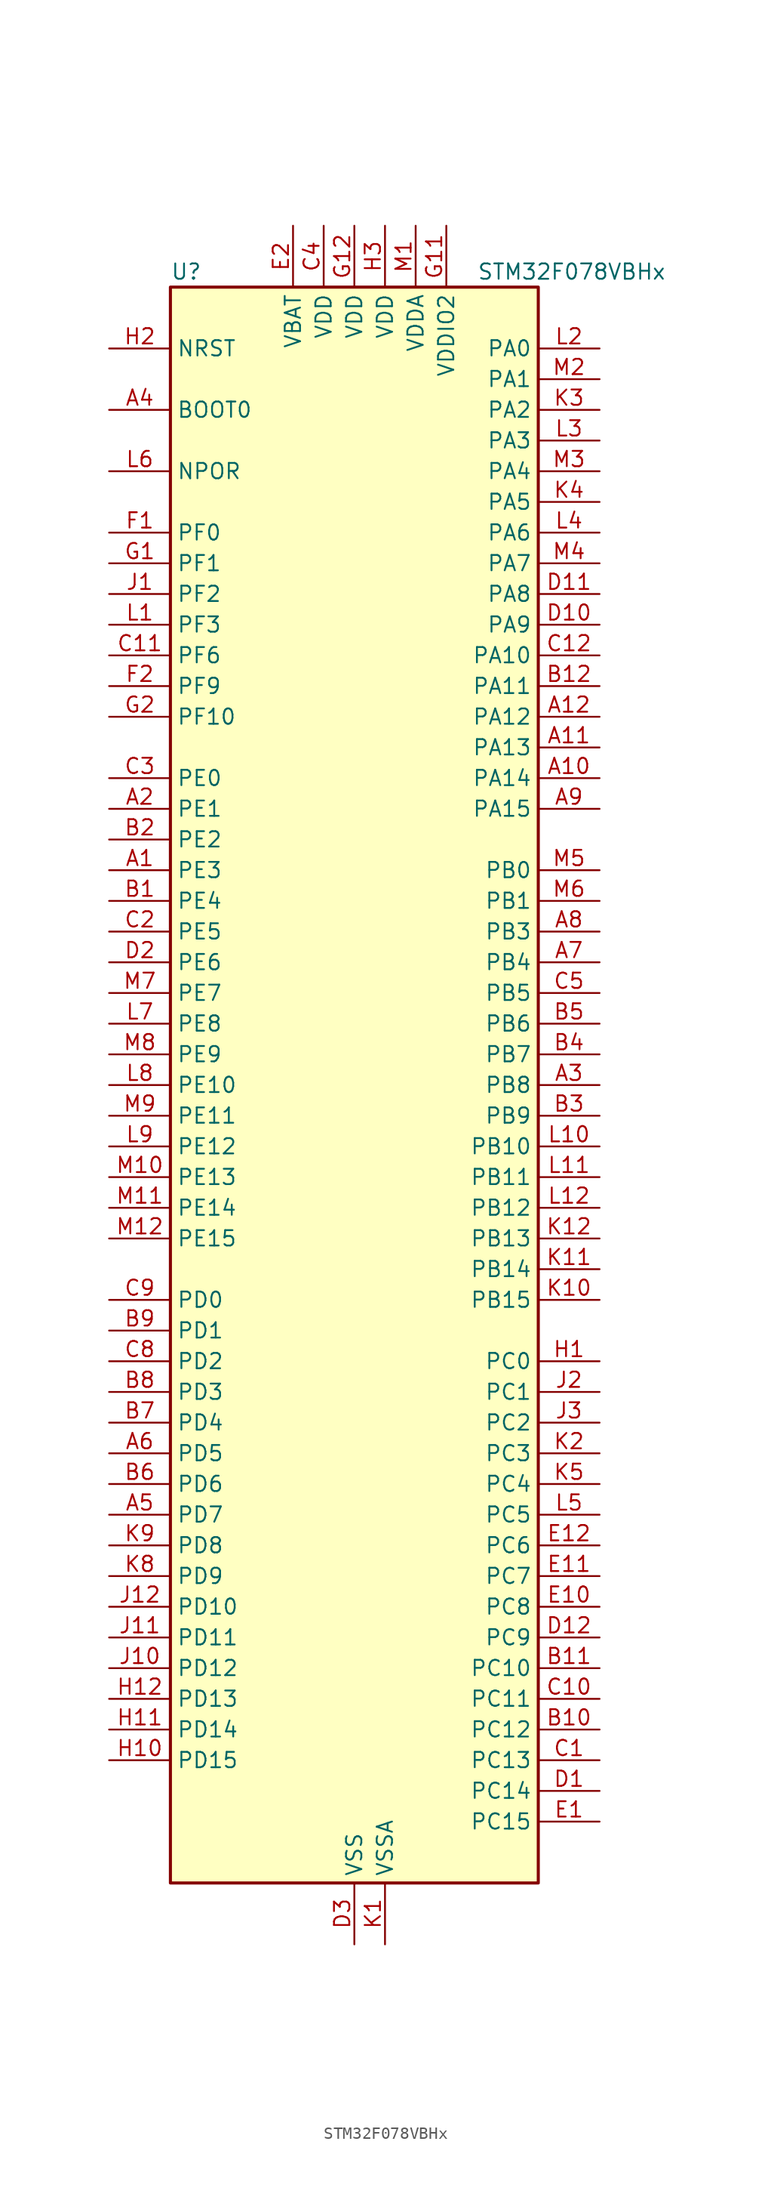
<source format=kicad_sym>
(kicad_symbol_lib
  (version 20241209)
  (generator "kicad_symbol_editor")
  (generator_version "9.0")
  (symbol "STM32F078VBHx"
    (property "Reference" "U"
      (at -15.24 67.31 0)
      (effects (font (size 1.27 1.27)) (justify left)))
    (property "Value" "STM32F078VBHx"
      (at 10.16 67.31 0)
      (effects (font (size 1.27 1.27)) (justify left)))
    (symbol "STM32F078VBHx_0_1"
      (rectangle (start -15.24 -66.04) (end 15.24 66.04) (stroke (width 0.254) (type default)) (fill (type background))))
    (symbol "STM32F078VBHx_1_1"
      (pin input line (at -20.32 60.96 0) (length 5.08) (name "NRST" (effects (font (size 1.27 1.27)))) (number "H2" (effects (font (size 1.27 1.27)))))
      (pin input line (at -20.32 55.88 0) (length 5.08) (name "BOOT0" (effects (font (size 1.27 1.27)))) (number "A4" (effects (font (size 1.27 1.27)))))
      (pin input line (at -20.32 50.8 0) (length 5.08) (name "NPOR" (effects (font (size 1.27 1.27)))) (number "L6" (effects (font (size 1.27 1.27)))))
      (pin bidirectional line (at -20.32 45.72 0) (length 5.08) (name "PF0" (effects (font (size 1.27 1.27)))) (number "F1" (effects (font (size 1.27 1.27)))) (alternate "CRS_SYNC" bidirectional line) (alternate "RCC_OSC_IN" bidirectional line))
      (pin bidirectional line (at -20.32 43.18 0) (length 5.08) (name "PF1" (effects (font (size 1.27 1.27)))) (number "G1" (effects (font (size 1.27 1.27)))) (alternate "RCC_OSC_OUT" bidirectional line))
      (pin bidirectional line (at -20.32 40.64 0) (length 5.08) (name "PF2" (effects (font (size 1.27 1.27)))) (number "J1" (effects (font (size 1.27 1.27)))) (alternate "SYS_WKUP8" bidirectional line))
      (pin bidirectional line (at -20.32 38.1 0) (length 5.08) (name "PF3" (effects (font (size 1.27 1.27)))) (number "L1" (effects (font (size 1.27 1.27)))))
      (pin bidirectional line (at -20.32 35.56 0) (length 5.08) (name "PF6" (effects (font (size 1.27 1.27)))) (number "C11" (effects (font (size 1.27 1.27)))))
      (pin bidirectional line (at -20.32 33.02 0) (length 5.08) (name "PF9" (effects (font (size 1.27 1.27)))) (number "F2" (effects (font (size 1.27 1.27)))) (alternate "DAC_EXTI9" bidirectional line) (alternate "TIM15_CH1" bidirectional line))
      (pin bidirectional line (at -20.32 30.48 0) (length 5.08) (name "PF10" (effects (font (size 1.27 1.27)))) (number "G2" (effects (font (size 1.27 1.27)))) (alternate "TIM15_CH2" bidirectional line))
      (pin bidirectional line (at -20.32 25.4 0) (length 5.08) (name "PE0" (effects (font (size 1.27 1.27)))) (number "C3" (effects (font (size 1.27 1.27)))) (alternate "TIM16_CH1" bidirectional line))
      (pin bidirectional line (at -20.32 22.86 0) (length 5.08) (name "PE1" (effects (font (size 1.27 1.27)))) (number "A2" (effects (font (size 1.27 1.27)))) (alternate "TIM17_CH1" bidirectional line))
      (pin bidirectional line (at -20.32 20.32 0) (length 5.08) (name "PE2" (effects (font (size 1.27 1.27)))) (number "B2" (effects (font (size 1.27 1.27)))) (alternate "TIM3_ETR" bidirectional line) (alternate "TSC_G7_IO1" bidirectional line))
      (pin bidirectional line (at -20.32 17.78 0) (length 5.08) (name "PE3" (effects (font (size 1.27 1.27)))) (number "A1" (effects (font (size 1.27 1.27)))) (alternate "TIM3_CH1" bidirectional line) (alternate "TSC_G7_IO2" bidirectional line))
      (pin bidirectional line (at -20.32 15.24 0) (length 5.08) (name "PE4" (effects (font (size 1.27 1.27)))) (number "B1" (effects (font (size 1.27 1.27)))) (alternate "TIM3_CH2" bidirectional line) (alternate "TSC_G7_IO3" bidirectional line))
      (pin bidirectional line (at -20.32 12.7 0) (length 5.08) (name "PE5" (effects (font (size 1.27 1.27)))) (number "C2" (effects (font (size 1.27 1.27)))) (alternate "TIM3_CH3" bidirectional line) (alternate "TSC_G7_IO4" bidirectional line))
      (pin bidirectional line (at -20.32 10.16 0) (length 5.08) (name "PE6" (effects (font (size 1.27 1.27)))) (number "D2" (effects (font (size 1.27 1.27)))) (alternate "RTC_TAMP3" bidirectional line) (alternate "SYS_WKUP3" bidirectional line) (alternate "TIM3_CH4" bidirectional line))
      (pin bidirectional line (at -20.32 7.62 0) (length 5.08) (name "PE7" (effects (font (size 1.27 1.27)))) (number "M7" (effects (font (size 1.27 1.27)))) (alternate "TIM1_ETR" bidirectional line))
      (pin bidirectional line (at -20.32 5.08 0) (length 5.08) (name "PE8" (effects (font (size 1.27 1.27)))) (number "L7" (effects (font (size 1.27 1.27)))) (alternate "TIM1_CH1N" bidirectional line))
      (pin bidirectional line (at -20.32 2.54 0) (length 5.08) (name "PE9" (effects (font (size 1.27 1.27)))) (number "M8" (effects (font (size 1.27 1.27)))) (alternate "DAC_EXTI9" bidirectional line) (alternate "TIM1_CH1" bidirectional line))
      (pin bidirectional line (at -20.32 0 0) (length 5.08) (name "PE10" (effects (font (size 1.27 1.27)))) (number "L8" (effects (font (size 1.27 1.27)))) (alternate "TIM1_CH2N" bidirectional line))
      (pin bidirectional line (at -20.32 -2.54 0) (length 5.08) (name "PE11" (effects (font (size 1.27 1.27)))) (number "M9" (effects (font (size 1.27 1.27)))) (alternate "TIM1_CH2" bidirectional line))
      (pin bidirectional line (at -20.32 -5.08 0) (length 5.08) (name "PE12" (effects (font (size 1.27 1.27)))) (number "L9" (effects (font (size 1.27 1.27)))) (alternate "I2S1_WS" bidirectional line) (alternate "SPI1_NSS" bidirectional line) (alternate "TIM1_CH3N" bidirectional line))
      (pin bidirectional line (at -20.32 -7.62 0) (length 5.08) (name "PE13" (effects (font (size 1.27 1.27)))) (number "M10" (effects (font (size 1.27 1.27)))) (alternate "I2S1_CK" bidirectional line) (alternate "SPI1_SCK" bidirectional line) (alternate "TIM1_CH3" bidirectional line))
      (pin bidirectional line (at -20.32 -10.16 0) (length 5.08) (name "PE14" (effects (font (size 1.27 1.27)))) (number "M11" (effects (font (size 1.27 1.27)))) (alternate "I2S1_MCK" bidirectional line) (alternate "SPI1_MISO" bidirectional line) (alternate "TIM1_CH4" bidirectional line))
      (pin bidirectional line (at -20.32 -12.7 0) (length 5.08) (name "PE15" (effects (font (size 1.27 1.27)))) (number "M12" (effects (font (size 1.27 1.27)))) (alternate "I2S1_SD" bidirectional line) (alternate "SPI1_MOSI" bidirectional line) (alternate "TIM1_BKIN" bidirectional line))
      (pin bidirectional line (at -20.32 -17.78 0) (length 5.08) (name "PD0" (effects (font (size 1.27 1.27)))) (number "C9" (effects (font (size 1.27 1.27)))) (alternate "I2S2_WS" bidirectional line) (alternate "SPI2_NSS" bidirectional line))
      (pin bidirectional line (at -20.32 -20.32 0) (length 5.08) (name "PD1" (effects (font (size 1.27 1.27)))) (number "B9" (effects (font (size 1.27 1.27)))) (alternate "I2S2_CK" bidirectional line) (alternate "SPI2_SCK" bidirectional line))
      (pin bidirectional line (at -20.32 -22.86 0) (length 5.08) (name "PD2" (effects (font (size 1.27 1.27)))) (number "C8" (effects (font (size 1.27 1.27)))) (alternate "TIM3_ETR" bidirectional line) (alternate "USART3_DE" bidirectional line) (alternate "USART3_RTS" bidirectional line))
      (pin bidirectional line (at -20.32 -25.4 0) (length 5.08) (name "PD3" (effects (font (size 1.27 1.27)))) (number "B8" (effects (font (size 1.27 1.27)))) (alternate "I2S2_MCK" bidirectional line) (alternate "SPI2_MISO" bidirectional line) (alternate "USART2_CTS" bidirectional line))
      (pin bidirectional line (at -20.32 -27.94 0) (length 5.08) (name "PD4" (effects (font (size 1.27 1.27)))) (number "B7" (effects (font (size 1.27 1.27)))) (alternate "I2S2_SD" bidirectional line) (alternate "SPI2_MOSI" bidirectional line) (alternate "USART2_DE" bidirectional line) (alternate "USART2_RTS" bidirectional line))
      (pin bidirectional line (at -20.32 -30.48 0) (length 5.08) (name "PD5" (effects (font (size 1.27 1.27)))) (number "A6" (effects (font (size 1.27 1.27)))) (alternate "USART2_TX" bidirectional line))
      (pin bidirectional line (at -20.32 -33.02 0) (length 5.08) (name "PD6" (effects (font (size 1.27 1.27)))) (number "B6" (effects (font (size 1.27 1.27)))) (alternate "USART2_RX" bidirectional line))
      (pin bidirectional line (at -20.32 -35.56 0) (length 5.08) (name "PD7" (effects (font (size 1.27 1.27)))) (number "A5" (effects (font (size 1.27 1.27)))) (alternate "USART2_CK" bidirectional line))
      (pin bidirectional line (at -20.32 -38.1 0) (length 5.08) (name "PD8" (effects (font (size 1.27 1.27)))) (number "K9" (effects (font (size 1.27 1.27)))) (alternate "USART3_TX" bidirectional line))
      (pin bidirectional line (at -20.32 -40.64 0) (length 5.08) (name "PD9" (effects (font (size 1.27 1.27)))) (number "K8" (effects (font (size 1.27 1.27)))) (alternate "DAC_EXTI9" bidirectional line) (alternate "USART3_RX" bidirectional line))
      (pin bidirectional line (at -20.32 -43.18 0) (length 5.08) (name "PD10" (effects (font (size 1.27 1.27)))) (number "J12" (effects (font (size 1.27 1.27)))) (alternate "USART3_CK" bidirectional line))
      (pin bidirectional line (at -20.32 -45.72 0) (length 5.08) (name "PD11" (effects (font (size 1.27 1.27)))) (number "J11" (effects (font (size 1.27 1.27)))) (alternate "USART3_CTS" bidirectional line))
      (pin bidirectional line (at -20.32 -48.26 0) (length 5.08) (name "PD12" (effects (font (size 1.27 1.27)))) (number "J10" (effects (font (size 1.27 1.27)))) (alternate "TSC_G8_IO1" bidirectional line) (alternate "USART3_DE" bidirectional line) (alternate "USART3_RTS" bidirectional line))
      (pin bidirectional line (at -20.32 -50.8 0) (length 5.08) (name "PD13" (effects (font (size 1.27 1.27)))) (number "H12" (effects (font (size 1.27 1.27)))) (alternate "TSC_G8_IO2" bidirectional line))
      (pin bidirectional line (at -20.32 -53.34 0) (length 5.08) (name "PD14" (effects (font (size 1.27 1.27)))) (number "H11" (effects (font (size 1.27 1.27)))) (alternate "TSC_G8_IO3" bidirectional line))
      (pin bidirectional line (at -20.32 -55.88 0) (length 5.08) (name "PD15" (effects (font (size 1.27 1.27)))) (number "H10" (effects (font (size 1.27 1.27)))) (alternate "CRS_SYNC" bidirectional line) (alternate "TSC_G8_IO4" bidirectional line))
      (pin no_connect line (at -15.24 -66.04 0) (length 5.08) (hide yes) (name "NC" (effects (font (size 1.27 1.27)))) (number "E3" (effects (font (size 1.27 1.27)))))
      (pin power_in line (at -5.08 71.12 270) (length 5.08) (name "VBAT" (effects (font (size 1.27 1.27)))) (number "E2" (effects (font (size 1.27 1.27)))))
      (pin power_in line (at -2.54 71.12 270) (length 5.08) (name "VDD" (effects (font (size 1.27 1.27)))) (number "C4" (effects (font (size 1.27 1.27)))))
      (pin power_in line (at 0 71.12 270) (length 5.08) (name "VDD" (effects (font (size 1.27 1.27)))) (number "G12" (effects (font (size 1.27 1.27)))))
      (pin power_in line (at 0 -71.12 90) (length 5.08) (name "VSS" (effects (font (size 1.27 1.27)))) (number "D3" (effects (font (size 1.27 1.27)))))
      (pin passive line (at 0 -71.12 90) (length 5.08) (hide yes) (name "VSS" (effects (font (size 1.27 1.27)))) (number "F11" (effects (font (size 1.27 1.27)))))
      (pin passive line (at 0 -71.12 90) (length 5.08) (hide yes) (name "VSS" (effects (font (size 1.27 1.27)))) (number "F12" (effects (font (size 1.27 1.27)))))
      (pin power_in line (at 2.54 71.12 270) (length 5.08) (name "VDD" (effects (font (size 1.27 1.27)))) (number "H3" (effects (font (size 1.27 1.27)))))
      (pin power_in line (at 2.54 -71.12 90) (length 5.08) (name "VSSA" (effects (font (size 1.27 1.27)))) (number "K1" (effects (font (size 1.27 1.27)))))
      (pin power_in line (at 5.08 71.12 270) (length 5.08) (name "VDDA" (effects (font (size 1.27 1.27)))) (number "M1" (effects (font (size 1.27 1.27)))))
      (pin power_in line (at 7.62 71.12 270) (length 5.08) (name "VDDIO2" (effects (font (size 1.27 1.27)))) (number "G11" (effects (font (size 1.27 1.27)))))
      (pin bidirectional line (at 20.32 60.96 180) (length 5.08) (name "PA0" (effects (font (size 1.27 1.27)))) (number "L2" (effects (font (size 1.27 1.27)))) (alternate "ADC_IN0" bidirectional line) (alternate "COMP1_INM" bidirectional line) (alternate "COMP1_OUT" bidirectional line) (alternate "RTC_TAMP2" bidirectional line) (alternate "SYS_WKUP1" bidirectional line) (alternate "TIM2_CH1" bidirectional line) (alternate "TIM2_ETR" bidirectional line) (alternate "TSC_G1_IO1" bidirectional line) (alternate "USART2_CTS" bidirectional line) (alternate "USART4_TX" bidirectional line))
      (pin bidirectional line (at 20.32 58.42 180) (length 5.08) (name "PA1" (effects (font (size 1.27 1.27)))) (number "M2" (effects (font (size 1.27 1.27)))) (alternate "ADC_IN1" bidirectional line) (alternate "COMP1_INP" bidirectional line) (alternate "TIM15_CH1N" bidirectional line) (alternate "TIM2_CH2" bidirectional line) (alternate "TSC_G1_IO2" bidirectional line) (alternate "USART2_DE" bidirectional line) (alternate "USART2_RTS" bidirectional line) (alternate "USART4_RX" bidirectional line))
      (pin bidirectional line (at 20.32 55.88 180) (length 5.08) (name "PA2" (effects (font (size 1.27 1.27)))) (number "K3" (effects (font (size 1.27 1.27)))) (alternate "ADC_IN2" bidirectional line) (alternate "COMP2_INM" bidirectional line) (alternate "COMP2_OUT" bidirectional line) (alternate "SYS_WKUP4" bidirectional line) (alternate "TIM15_CH1" bidirectional line) (alternate "TIM2_CH3" bidirectional line) (alternate "TSC_G1_IO3" bidirectional line) (alternate "USART2_TX" bidirectional line))
      (pin bidirectional line (at 20.32 53.34 180) (length 5.08) (name "PA3" (effects (font (size 1.27 1.27)))) (number "L3" (effects (font (size 1.27 1.27)))) (alternate "ADC_IN3" bidirectional line) (alternate "COMP2_INP" bidirectional line) (alternate "TIM15_CH2" bidirectional line) (alternate "TIM2_CH4" bidirectional line) (alternate "TSC_G1_IO4" bidirectional line) (alternate "USART2_RX" bidirectional line))
      (pin bidirectional line (at 20.32 50.8 180) (length 5.08) (name "PA4" (effects (font (size 1.27 1.27)))) (number "M3" (effects (font (size 1.27 1.27)))) (alternate "ADC_IN4" bidirectional line) (alternate "COMP1_INM" bidirectional line) (alternate "COMP2_INM" bidirectional line) (alternate "DAC_OUT1" bidirectional line) (alternate "I2S1_WS" bidirectional line) (alternate "SPI1_NSS" bidirectional line) (alternate "TIM14_CH1" bidirectional line) (alternate "TSC_G2_IO1" bidirectional line) (alternate "USART2_CK" bidirectional line))
      (pin bidirectional line (at 20.32 48.26 180) (length 5.08) (name "PA5" (effects (font (size 1.27 1.27)))) (number "K4" (effects (font (size 1.27 1.27)))) (alternate "ADC_IN5" bidirectional line) (alternate "CEC" bidirectional line) (alternate "COMP1_INM" bidirectional line) (alternate "COMP2_INM" bidirectional line) (alternate "DAC_OUT2" bidirectional line) (alternate "I2S1_CK" bidirectional line) (alternate "SPI1_SCK" bidirectional line) (alternate "TIM2_CH1" bidirectional line) (alternate "TIM2_ETR" bidirectional line) (alternate "TSC_G2_IO2" bidirectional line))
      (pin bidirectional line (at 20.32 45.72 180) (length 5.08) (name "PA6" (effects (font (size 1.27 1.27)))) (number "L4" (effects (font (size 1.27 1.27)))) (alternate "ADC_IN6" bidirectional line) (alternate "COMP1_OUT" bidirectional line) (alternate "I2S1_MCK" bidirectional line) (alternate "SPI1_MISO" bidirectional line) (alternate "TIM16_CH1" bidirectional line) (alternate "TIM1_BKIN" bidirectional line) (alternate "TIM3_CH1" bidirectional line) (alternate "TSC_G2_IO3" bidirectional line) (alternate "USART3_CTS" bidirectional line))
      (pin bidirectional line (at 20.32 43.18 180) (length 5.08) (name "PA7" (effects (font (size 1.27 1.27)))) (number "M4" (effects (font (size 1.27 1.27)))) (alternate "ADC_IN7" bidirectional line) (alternate "COMP2_OUT" bidirectional line) (alternate "I2S1_SD" bidirectional line) (alternate "SPI1_MOSI" bidirectional line) (alternate "TIM14_CH1" bidirectional line) (alternate "TIM17_CH1" bidirectional line) (alternate "TIM1_CH1N" bidirectional line) (alternate "TIM3_CH2" bidirectional line) (alternate "TSC_G2_IO4" bidirectional line))
      (pin bidirectional line (at 20.32 40.64 180) (length 5.08) (name "PA8" (effects (font (size 1.27 1.27)))) (number "D11" (effects (font (size 1.27 1.27)))) (alternate "CRS_SYNC" bidirectional line) (alternate "RCC_MCO" bidirectional line) (alternate "TIM1_CH1" bidirectional line) (alternate "USART1_CK" bidirectional line))
      (pin bidirectional line (at 20.32 38.1 180) (length 5.08) (name "PA9" (effects (font (size 1.27 1.27)))) (number "D10" (effects (font (size 1.27 1.27)))) (alternate "DAC_EXTI9" bidirectional line) (alternate "TIM15_BKIN" bidirectional line) (alternate "TIM1_CH2" bidirectional line) (alternate "TSC_G4_IO1" bidirectional line) (alternate "USART1_TX" bidirectional line))
      (pin bidirectional line (at 20.32 35.56 180) (length 5.08) (name "PA10" (effects (font (size 1.27 1.27)))) (number "C12" (effects (font (size 1.27 1.27)))) (alternate "TIM17_BKIN" bidirectional line) (alternate "TIM1_CH3" bidirectional line) (alternate "TSC_G4_IO2" bidirectional line) (alternate "USART1_RX" bidirectional line))
      (pin bidirectional line (at 20.32 33.02 180) (length 5.08) (name "PA11" (effects (font (size 1.27 1.27)))) (number "B12" (effects (font (size 1.27 1.27)))) (alternate "COMP1_OUT" bidirectional line) (alternate "TIM1_CH4" bidirectional line) (alternate "TSC_G4_IO3" bidirectional line) (alternate "USART1_CTS" bidirectional line) (alternate "USB_DM" bidirectional line))
      (pin bidirectional line (at 20.32 30.48 180) (length 5.08) (name "PA12" (effects (font (size 1.27 1.27)))) (number "A12" (effects (font (size 1.27 1.27)))) (alternate "COMP2_OUT" bidirectional line) (alternate "TIM1_ETR" bidirectional line) (alternate "TSC_G4_IO4" bidirectional line) (alternate "USART1_DE" bidirectional line) (alternate "USART1_RTS" bidirectional line) (alternate "USB_DP" bidirectional line))
      (pin bidirectional line (at 20.32 27.94 180) (length 5.08) (name "PA13" (effects (font (size 1.27 1.27)))) (number "A11" (effects (font (size 1.27 1.27)))) (alternate "IR_OUT" bidirectional line) (alternate "SYS_SWDIO" bidirectional line) (alternate "USB_NOE" bidirectional line))
      (pin bidirectional line (at 20.32 25.4 180) (length 5.08) (name "PA14" (effects (font (size 1.27 1.27)))) (number "A10" (effects (font (size 1.27 1.27)))) (alternate "SYS_SWCLK" bidirectional line) (alternate "USART2_TX" bidirectional line))
      (pin bidirectional line (at 20.32 22.86 180) (length 5.08) (name "PA15" (effects (font (size 1.27 1.27)))) (number "A9" (effects (font (size 1.27 1.27)))) (alternate "I2S1_WS" bidirectional line) (alternate "SPI1_NSS" bidirectional line) (alternate "TIM2_CH1" bidirectional line) (alternate "TIM2_ETR" bidirectional line) (alternate "USART2_RX" bidirectional line) (alternate "USART4_DE" bidirectional line) (alternate "USART4_RTS" bidirectional line))
      (pin bidirectional line (at 20.32 17.78 180) (length 5.08) (name "PB0" (effects (font (size 1.27 1.27)))) (number "M5" (effects (font (size 1.27 1.27)))) (alternate "ADC_IN8" bidirectional line) (alternate "TIM1_CH2N" bidirectional line) (alternate "TIM3_CH3" bidirectional line) (alternate "TSC_G3_IO2" bidirectional line) (alternate "USART3_CK" bidirectional line))
      (pin bidirectional line (at 20.32 15.24 180) (length 5.08) (name "PB1" (effects (font (size 1.27 1.27)))) (number "M6" (effects (font (size 1.27 1.27)))) (alternate "ADC_IN9" bidirectional line) (alternate "TIM14_CH1" bidirectional line) (alternate "TIM1_CH3N" bidirectional line) (alternate "TIM3_CH4" bidirectional line) (alternate "TSC_G3_IO3" bidirectional line) (alternate "USART3_DE" bidirectional line) (alternate "USART3_RTS" bidirectional line))
      (pin bidirectional line (at 20.32 12.7 180) (length 5.08) (name "PB3" (effects (font (size 1.27 1.27)))) (number "A8" (effects (font (size 1.27 1.27)))) (alternate "I2S1_CK" bidirectional line) (alternate "SPI1_SCK" bidirectional line) (alternate "TIM2_CH2" bidirectional line) (alternate "TSC_G5_IO1" bidirectional line))
      (pin bidirectional line (at 20.32 10.16 180) (length 5.08) (name "PB4" (effects (font (size 1.27 1.27)))) (number "A7" (effects (font (size 1.27 1.27)))) (alternate "I2S1_MCK" bidirectional line) (alternate "SPI1_MISO" bidirectional line) (alternate "TIM17_BKIN" bidirectional line) (alternate "TIM3_CH1" bidirectional line) (alternate "TSC_G5_IO2" bidirectional line))
      (pin bidirectional line (at 20.32 7.62 180) (length 5.08) (name "PB5" (effects (font (size 1.27 1.27)))) (number "C5" (effects (font (size 1.27 1.27)))) (alternate "I2C1_SMBA" bidirectional line) (alternate "I2S1_SD" bidirectional line) (alternate "SPI1_MOSI" bidirectional line) (alternate "SYS_WKUP6" bidirectional line) (alternate "TIM16_BKIN" bidirectional line) (alternate "TIM3_CH2" bidirectional line))
      (pin bidirectional line (at 20.32 5.08 180) (length 5.08) (name "PB6" (effects (font (size 1.27 1.27)))) (number "B5" (effects (font (size 1.27 1.27)))) (alternate "I2C1_SCL" bidirectional line) (alternate "TIM16_CH1N" bidirectional line) (alternate "TSC_G5_IO3" bidirectional line) (alternate "USART1_TX" bidirectional line))
      (pin bidirectional line (at 20.32 2.54 180) (length 5.08) (name "PB7" (effects (font (size 1.27 1.27)))) (number "B4" (effects (font (size 1.27 1.27)))) (alternate "I2C1_SDA" bidirectional line) (alternate "TIM17_CH1N" bidirectional line) (alternate "TSC_G5_IO4" bidirectional line) (alternate "USART1_RX" bidirectional line) (alternate "USART4_CTS" bidirectional line))
      (pin bidirectional line (at 20.32 0 180) (length 5.08) (name "PB8" (effects (font (size 1.27 1.27)))) (number "A3" (effects (font (size 1.27 1.27)))) (alternate "CEC" bidirectional line) (alternate "I2C1_SCL" bidirectional line) (alternate "TIM16_CH1" bidirectional line) (alternate "TSC_SYNC" bidirectional line))
      (pin bidirectional line (at 20.32 -2.54 180) (length 5.08) (name "PB9" (effects (font (size 1.27 1.27)))) (number "B3" (effects (font (size 1.27 1.27)))) (alternate "DAC_EXTI9" bidirectional line) (alternate "I2C1_SDA" bidirectional line) (alternate "I2S2_WS" bidirectional line) (alternate "IR_OUT" bidirectional line) (alternate "SPI2_NSS" bidirectional line) (alternate "TIM17_CH1" bidirectional line))
      (pin bidirectional line (at 20.32 -5.08 180) (length 5.08) (name "PB10" (effects (font (size 1.27 1.27)))) (number "L10" (effects (font (size 1.27 1.27)))) (alternate "CEC" bidirectional line) (alternate "I2C2_SCL" bidirectional line) (alternate "I2S2_CK" bidirectional line) (alternate "SPI2_SCK" bidirectional line) (alternate "TIM2_CH3" bidirectional line) (alternate "TSC_SYNC" bidirectional line) (alternate "USART3_TX" bidirectional line))
      (pin bidirectional line (at 20.32 -7.62 180) (length 5.08) (name "PB11" (effects (font (size 1.27 1.27)))) (number "L11" (effects (font (size 1.27 1.27)))) (alternate "I2C2_SDA" bidirectional line) (alternate "TIM2_CH4" bidirectional line) (alternate "TSC_G6_IO1" bidirectional line) (alternate "USART3_RX" bidirectional line))
      (pin bidirectional line (at 20.32 -10.16 180) (length 5.08) (name "PB12" (effects (font (size 1.27 1.27)))) (number "L12" (effects (font (size 1.27 1.27)))) (alternate "I2S2_WS" bidirectional line) (alternate "SPI2_NSS" bidirectional line) (alternate "TIM15_BKIN" bidirectional line) (alternate "TIM1_BKIN" bidirectional line) (alternate "TSC_G6_IO2" bidirectional line) (alternate "USART3_CK" bidirectional line))
      (pin bidirectional line (at 20.32 -12.7 180) (length 5.08) (name "PB13" (effects (font (size 1.27 1.27)))) (number "K12" (effects (font (size 1.27 1.27)))) (alternate "I2C2_SCL" bidirectional line) (alternate "I2S2_CK" bidirectional line) (alternate "SPI2_SCK" bidirectional line) (alternate "TIM1_CH1N" bidirectional line) (alternate "TSC_G6_IO3" bidirectional line) (alternate "USART3_CTS" bidirectional line))
      (pin bidirectional line (at 20.32 -15.24 180) (length 5.08) (name "PB14" (effects (font (size 1.27 1.27)))) (number "K11" (effects (font (size 1.27 1.27)))) (alternate "I2C2_SDA" bidirectional line) (alternate "I2S2_MCK" bidirectional line) (alternate "SPI2_MISO" bidirectional line) (alternate "TIM15_CH1" bidirectional line) (alternate "TIM1_CH2N" bidirectional line) (alternate "TSC_G6_IO4" bidirectional line) (alternate "USART3_DE" bidirectional line) (alternate "USART3_RTS" bidirectional line))
      (pin bidirectional line (at 20.32 -17.78 180) (length 5.08) (name "PB15" (effects (font (size 1.27 1.27)))) (number "K10" (effects (font (size 1.27 1.27)))) (alternate "I2S2_SD" bidirectional line) (alternate "RTC_REFIN" bidirectional line) (alternate "SPI2_MOSI" bidirectional line) (alternate "SYS_WKUP7" bidirectional line) (alternate "TIM15_CH1N" bidirectional line) (alternate "TIM15_CH2" bidirectional line) (alternate "TIM1_CH3N" bidirectional line))
      (pin bidirectional line (at 20.32 -22.86 180) (length 5.08) (name "PC0" (effects (font (size 1.27 1.27)))) (number "H1" (effects (font (size 1.27 1.27)))) (alternate "ADC_IN10" bidirectional line))
      (pin bidirectional line (at 20.32 -25.4 180) (length 5.08) (name "PC1" (effects (font (size 1.27 1.27)))) (number "J2" (effects (font (size 1.27 1.27)))) (alternate "ADC_IN11" bidirectional line))
      (pin bidirectional line (at 20.32 -27.94 180) (length 5.08) (name "PC2" (effects (font (size 1.27 1.27)))) (number "J3" (effects (font (size 1.27 1.27)))) (alternate "ADC_IN12" bidirectional line) (alternate "I2S2_MCK" bidirectional line) (alternate "SPI2_MISO" bidirectional line))
      (pin bidirectional line (at 20.32 -30.48 180) (length 5.08) (name "PC3" (effects (font (size 1.27 1.27)))) (number "K2" (effects (font (size 1.27 1.27)))) (alternate "ADC_IN13" bidirectional line) (alternate "I2S2_SD" bidirectional line) (alternate "SPI2_MOSI" bidirectional line))
      (pin bidirectional line (at 20.32 -33.02 180) (length 5.08) (name "PC4" (effects (font (size 1.27 1.27)))) (number "K5" (effects (font (size 1.27 1.27)))) (alternate "ADC_IN14" bidirectional line) (alternate "USART3_TX" bidirectional line))
      (pin bidirectional line (at 20.32 -35.56 180) (length 5.08) (name "PC5" (effects (font (size 1.27 1.27)))) (number "L5" (effects (font (size 1.27 1.27)))) (alternate "ADC_IN15" bidirectional line) (alternate "SYS_WKUP5" bidirectional line) (alternate "TSC_G3_IO1" bidirectional line) (alternate "USART3_RX" bidirectional line))
      (pin bidirectional line (at 20.32 -38.1 180) (length 5.08) (name "PC6" (effects (font (size 1.27 1.27)))) (number "E12" (effects (font (size 1.27 1.27)))) (alternate "TIM3_CH1" bidirectional line))
      (pin bidirectional line (at 20.32 -40.64 180) (length 5.08) (name "PC7" (effects (font (size 1.27 1.27)))) (number "E11" (effects (font (size 1.27 1.27)))) (alternate "TIM3_CH2" bidirectional line))
      (pin bidirectional line (at 20.32 -43.18 180) (length 5.08) (name "PC8" (effects (font (size 1.27 1.27)))) (number "E10" (effects (font (size 1.27 1.27)))) (alternate "TIM3_CH3" bidirectional line))
      (pin bidirectional line (at 20.32 -45.72 180) (length 5.08) (name "PC9" (effects (font (size 1.27 1.27)))) (number "D12" (effects (font (size 1.27 1.27)))) (alternate "DAC_EXTI9" bidirectional line) (alternate "TIM3_CH4" bidirectional line))
      (pin bidirectional line (at 20.32 -48.26 180) (length 5.08) (name "PC10" (effects (font (size 1.27 1.27)))) (number "B11" (effects (font (size 1.27 1.27)))) (alternate "USART3_TX" bidirectional line) (alternate "USART4_TX" bidirectional line))
      (pin bidirectional line (at 20.32 -50.8 180) (length 5.08) (name "PC11" (effects (font (size 1.27 1.27)))) (number "C10" (effects (font (size 1.27 1.27)))) (alternate "USART3_RX" bidirectional line) (alternate "USART4_RX" bidirectional line))
      (pin bidirectional line (at 20.32 -53.34 180) (length 5.08) (name "PC12" (effects (font (size 1.27 1.27)))) (number "B10" (effects (font (size 1.27 1.27)))) (alternate "USART3_CK" bidirectional line) (alternate "USART4_CK" bidirectional line))
      (pin bidirectional line (at 20.32 -55.88 180) (length 5.08) (name "PC13" (effects (font (size 1.27 1.27)))) (number "C1" (effects (font (size 1.27 1.27)))) (alternate "RTC_OUT_ALARM" bidirectional line) (alternate "RTC_OUT_CALIB" bidirectional line) (alternate "RTC_TAMP1" bidirectional line) (alternate "RTC_TS" bidirectional line) (alternate "SYS_WKUP2" bidirectional line))
      (pin bidirectional line (at 20.32 -58.42 180) (length 5.08) (name "PC14" (effects (font (size 1.27 1.27)))) (number "D1" (effects (font (size 1.27 1.27)))) (alternate "RCC_OSC32_IN" bidirectional line))
      (pin bidirectional line (at 20.32 -60.96 180) (length 5.08) (name "PC15" (effects (font (size 1.27 1.27)))) (number "E1" (effects (font (size 1.27 1.27)))) (alternate "RCC_OSC32_OUT" bidirectional line)))))
</source>
